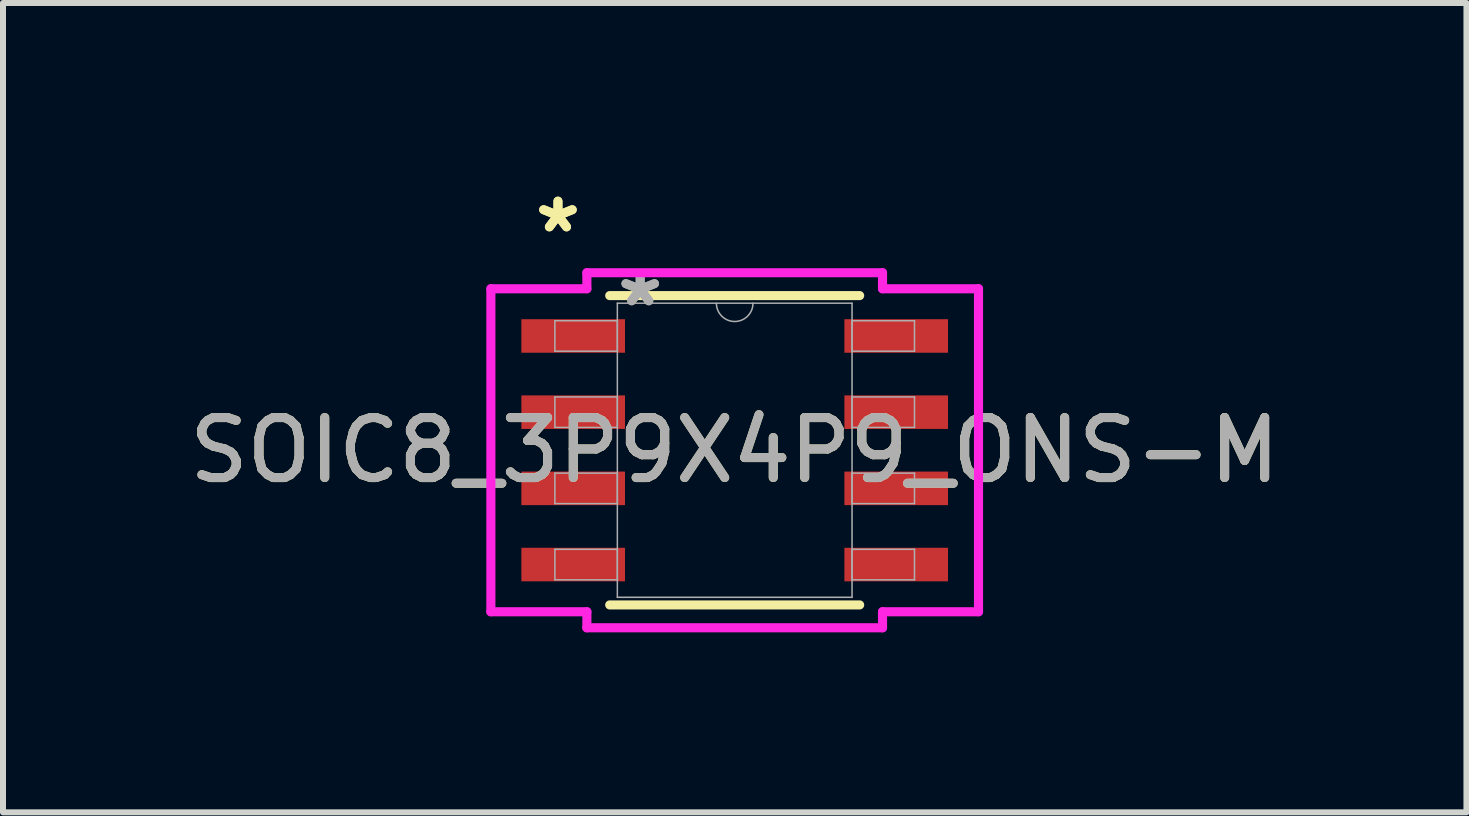
<source format=kicad_pcb>
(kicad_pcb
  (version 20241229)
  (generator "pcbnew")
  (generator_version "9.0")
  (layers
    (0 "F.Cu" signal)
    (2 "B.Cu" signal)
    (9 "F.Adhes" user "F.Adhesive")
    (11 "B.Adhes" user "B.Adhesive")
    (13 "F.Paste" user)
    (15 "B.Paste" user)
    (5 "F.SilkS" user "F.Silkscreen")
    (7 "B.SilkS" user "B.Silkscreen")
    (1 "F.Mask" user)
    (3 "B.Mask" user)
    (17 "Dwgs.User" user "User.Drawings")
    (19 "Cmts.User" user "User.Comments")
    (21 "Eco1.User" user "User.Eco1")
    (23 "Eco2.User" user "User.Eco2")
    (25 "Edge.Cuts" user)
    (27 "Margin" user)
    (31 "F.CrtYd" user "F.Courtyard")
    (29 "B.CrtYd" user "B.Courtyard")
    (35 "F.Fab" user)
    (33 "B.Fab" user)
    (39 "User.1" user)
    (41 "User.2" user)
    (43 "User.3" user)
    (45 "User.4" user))
  (footprint "SOIC8_3P9X4P9_ONS-M"
    (layer "F.Cu")
    (at 9.196 4.455)
    (property "Reference" "SOIC8_3P9X4P9_ONS-M" (at 0 0 0) (unlocked yes) (layer "F.SilkS") (effects (font (size 1 1) (thickness 0.15))))
    (attr smd)
    (fp_line (start -2.083 2.578) (end 2.083 2.578) (stroke (width 0.152) (type solid)) (layer "F.SilkS"))
    (fp_line (start 2.083 -2.578) (end -2.083 -2.578) (stroke (width 0.152) (type solid)) (layer "F.SilkS"))
    (fp_line (start -4.064 -2.692) (end -2.464 -2.692) (stroke (width 0.152) (type solid)) (layer "F.CrtYd"))
    (fp_line (start -4.064 2.692) (end -4.064 -2.692) (stroke (width 0.152) (type solid)) (layer "F.CrtYd"))
    (fp_line (start -4.064 2.692) (end -2.464 2.692) (stroke (width 0.152) (type solid)) (layer "F.CrtYd"))
    (fp_line (start -2.464 -2.959) (end 2.464 -2.959) (stroke (width 0.152) (type solid)) (layer "F.CrtYd"))
    (fp_line (start -2.464 -2.692) (end -2.464 -2.959) (stroke (width 0.152) (type solid)) (layer "F.CrtYd"))
    (fp_line (start -2.464 2.959) (end -2.464 2.692) (stroke (width 0.152) (type solid)) (layer "F.CrtYd"))
    (fp_line (start 2.464 -2.959) (end 2.464 -2.692) (stroke (width 0.152) (type solid)) (layer "F.CrtYd"))
    (fp_line (start 2.464 2.692) (end 2.464 2.959) (stroke (width 0.152) (type solid)) (layer "F.CrtYd"))
    (fp_line (start 2.464 2.959) (end -2.464 2.959) (stroke (width 0.152) (type solid)) (layer "F.CrtYd"))
    (fp_line (start 4.064 -2.692) (end 2.464 -2.692) (stroke (width 0.152) (type solid)) (layer "F.CrtYd"))
    (fp_line (start 4.064 -2.692) (end 4.064 2.692) (stroke (width 0.152) (type solid)) (layer "F.CrtYd"))
    (fp_line (start 4.064 2.692) (end 2.464 2.692) (stroke (width 0.152) (type solid)) (layer "F.CrtYd"))
    (fp_line (start -2.997 -2.159) (end -2.997 -1.651) (stroke (width 0.025) (type solid)) (layer "F.Fab"))
    (fp_line (start -2.997 -1.651) (end -1.956 -1.651) (stroke (width 0.025) (type solid)) (layer "F.Fab"))
    (fp_line (start -2.997 -0.889) (end -2.997 -0.381) (stroke (width 0.025) (type solid)) (layer "F.Fab"))
    (fp_line (start -2.997 -0.381) (end -1.956 -0.381) (stroke (width 0.025) (type solid)) (layer "F.Fab"))
    (fp_line (start -2.997 0.381) (end -2.997 0.889) (stroke (width 0.025) (type solid)) (layer "F.Fab"))
    (fp_line (start -2.997 0.889) (end -1.956 0.889) (stroke (width 0.025) (type solid)) (layer "F.Fab"))
    (fp_line (start -2.997 1.651) (end -2.997 2.159) (stroke (width 0.025) (type solid)) (layer "F.Fab"))
    (fp_line (start -2.997 2.159) (end -1.956 2.159) (stroke (width 0.025) (type solid)) (layer "F.Fab"))
    (fp_line (start -1.956 -2.451) (end -1.956 2.451) (stroke (width 0.025) (type solid)) (layer "F.Fab"))
    (fp_line (start -1.956 -2.159) (end -2.997 -2.159) (stroke (width 0.025) (type solid)) (layer "F.Fab"))
    (fp_line (start -1.956 -1.651) (end -1.956 -2.159) (stroke (width 0.025) (type solid)) (layer "F.Fab"))
    (fp_line (start -1.956 -0.889) (end -2.997 -0.889) (stroke (width 0.025) (type solid)) (layer "F.Fab"))
    (fp_line (start -1.956 -0.381) (end -1.956 -0.889) (stroke (width 0.025) (type solid)) (layer "F.Fab"))
    (fp_line (start -1.956 0.381) (end -2.997 0.381) (stroke (width 0.025) (type solid)) (layer "F.Fab"))
    (fp_line (start -1.956 0.889) (end -1.956 0.381) (stroke (width 0.025) (type solid)) (layer "F.Fab"))
    (fp_line (start -1.956 1.651) (end -2.997 1.651) (stroke (width 0.025) (type solid)) (layer "F.Fab"))
    (fp_line (start -1.956 2.159) (end -1.956 1.651) (stroke (width 0.025) (type solid)) (layer "F.Fab"))
    (fp_line (start -1.956 2.451) (end 1.956 2.451) (stroke (width 0.025) (type solid)) (layer "F.Fab"))
    (fp_line (start 1.956 -2.451) (end -1.956 -2.451) (stroke (width 0.025) (type solid)) (layer "F.Fab"))
    (fp_line (start 1.956 -2.159) (end 1.956 -1.651) (stroke (width 0.025) (type solid)) (layer "F.Fab"))
    (fp_line (start 1.956 -1.651) (end 2.997 -1.651) (stroke (width 0.025) (type solid)) (layer "F.Fab"))
    (fp_line (start 1.956 -0.889) (end 1.956 -0.381) (stroke (width 0.025) (type solid)) (layer "F.Fab"))
    (fp_line (start 1.956 -0.381) (end 2.997 -0.381) (stroke (width 0.025) (type solid)) (layer "F.Fab"))
    (fp_line (start 1.956 0.381) (end 1.956 0.889) (stroke (width 0.025) (type solid)) (layer "F.Fab"))
    (fp_line (start 1.956 0.889) (end 2.997 0.889) (stroke (width 0.025) (type solid)) (layer "F.Fab"))
    (fp_line (start 1.956 1.651) (end 1.956 2.159) (stroke (width 0.025) (type solid)) (layer "F.Fab"))
    (fp_line (start 1.956 2.159) (end 2.997 2.159) (stroke (width 0.025) (type solid)) (layer "F.Fab"))
    (fp_line (start 1.956 2.451) (end 1.956 -2.451) (stroke (width 0.025) (type solid)) (layer "F.Fab"))
    (fp_line (start 2.997 -2.159) (end 1.956 -2.159) (stroke (width 0.025) (type solid)) (layer "F.Fab"))
    (fp_line (start 2.997 -1.651) (end 2.997 -2.159) (stroke (width 0.025) (type solid)) (layer "F.Fab"))
    (fp_line (start 2.997 -0.889) (end 1.956 -0.889) (stroke (width 0.025) (type solid)) (layer "F.Fab"))
    (fp_line (start 2.997 -0.381) (end 2.997 -0.889) (stroke (width 0.025) (type solid)) (layer "F.Fab"))
    (fp_line (start 2.997 0.381) (end 1.956 0.381) (stroke (width 0.025) (type solid)) (layer "F.Fab"))
    (fp_line (start 2.997 0.889) (end 2.997 0.381) (stroke (width 0.025) (type solid)) (layer "F.Fab"))
    (fp_line (start 2.997 1.651) (end 1.956 1.651) (stroke (width 0.025) (type solid)) (layer "F.Fab"))
    (fp_line (start 2.997 2.159) (end 2.997 1.651) (stroke (width 0.025) (type solid)) (layer "F.Fab"))
    (fp_arc (start 0.3048 -2.4511) (mid 0 -2.1463) (end -0.3048 -2.4511) (stroke (width 0.0254) (type solid)) (layer "F.Fab"))
    (fp_text user "*" (at -2.946 -3.607 0) (layer "F.SilkS") (effects (font (size 1 1) (thickness 0.15))))
    (fp_text user "*" (at -2.946 -3.607 0) (unlocked yes) (layer "F.SilkS") (effects (font (size 1 1) (thickness 0.15))))
    (fp_text user "*" (at -1.575 -2.375 0) (unlocked yes) (layer "F.Fab") (effects (font (size 1 1) (thickness 0.15))))
    (fp_text user "${REFERENCE}" (at 0 0 0) (unlocked yes) (layer "F.Fab") (effects (font (size 1 1) (thickness 0.15))))
    (fp_text user "*" (at -1.575 -2.375 0) (layer "F.Fab") (effects (font (size 1 1) (thickness 0.15))))
    (pad "1" smd rect (at -2.692 -1.905) (size 1.727 0.559) (layers "F.Cu" "F.Mask" "F.Paste"))
    (pad "2" smd rect (at -2.692 -0.635) (size 1.727 0.559) (layers "F.Cu" "F.Mask" "F.Paste"))
    (pad "3" smd rect (at -2.692 0.635) (size 1.727 0.559) (layers "F.Cu" "F.Mask" "F.Paste"))
    (pad "4" smd rect (at -2.692 1.905) (size 1.727 0.559) (layers "F.Cu" "F.Mask" "F.Paste"))
    (pad "5" smd rect (at 2.692 1.905) (size 1.727 0.559) (layers "F.Cu" "F.Mask" "F.Paste"))
    (pad "6" smd rect (at 2.692 0.635) (size 1.727 0.559) (layers "F.Cu" "F.Mask" "F.Paste"))
    (pad "7" smd rect (at 2.692 -0.635) (size 1.727 0.559) (layers "F.Cu" "F.Mask" "F.Paste"))
    (pad "8" smd rect (at 2.692 -1.905) (size 1.727 0.559) (layers "F.Cu" "F.Mask" "F.Paste")))
  (gr_rect
    (start -3 -3)
    (end 21.393 10.49)
    (stroke (width 0.1) (type default))
    (fill no)
    (layer "Edge.Cuts")))
</source>
